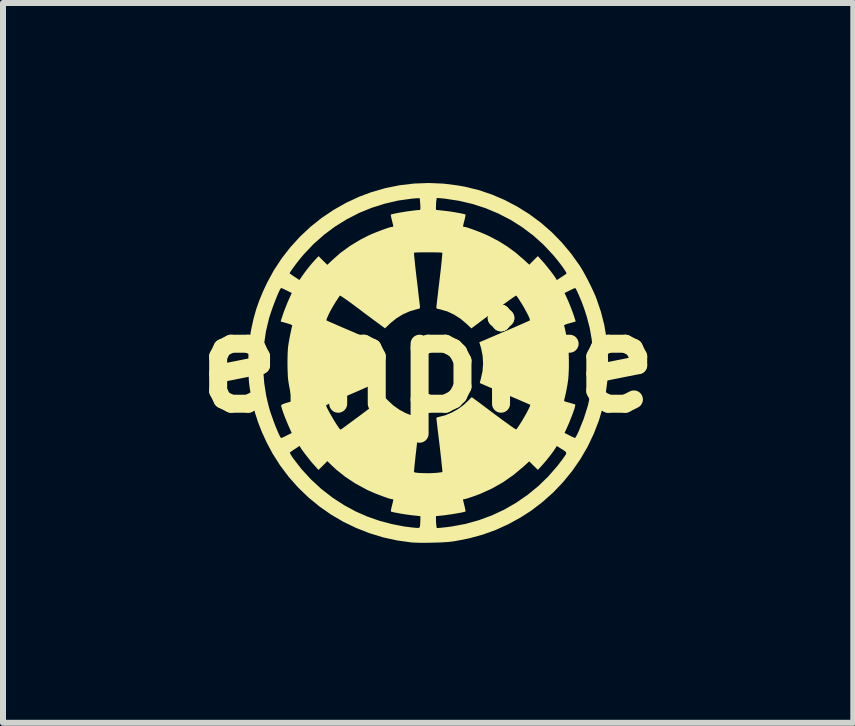
<source format=kicad_pcb>
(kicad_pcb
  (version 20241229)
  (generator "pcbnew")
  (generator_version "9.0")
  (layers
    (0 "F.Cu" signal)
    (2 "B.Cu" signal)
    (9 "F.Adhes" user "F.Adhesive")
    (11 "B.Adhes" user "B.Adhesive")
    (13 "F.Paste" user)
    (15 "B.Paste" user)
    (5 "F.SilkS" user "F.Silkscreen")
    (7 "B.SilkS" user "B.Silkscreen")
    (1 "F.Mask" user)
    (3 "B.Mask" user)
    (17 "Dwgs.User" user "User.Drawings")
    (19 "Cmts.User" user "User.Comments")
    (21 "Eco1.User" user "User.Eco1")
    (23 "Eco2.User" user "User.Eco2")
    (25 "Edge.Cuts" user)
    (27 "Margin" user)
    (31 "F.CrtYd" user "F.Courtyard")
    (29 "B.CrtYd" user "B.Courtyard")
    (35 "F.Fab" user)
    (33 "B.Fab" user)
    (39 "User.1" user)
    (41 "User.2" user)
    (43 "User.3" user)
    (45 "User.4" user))
  (footprint "empire"
    (layer "F.Cu")
    (at 4.086 3)
    (property "Reference" "empire" (at 0 0 0) (layer "F.SilkS") (effects (font (size 1.5 1.5) (thickness 0.3))))
    (attr board_only exclude_from_pos_files exclude_from_bom)
    (fp_poly (pts (xy 0.253 -2.99) (xy 0.497 -2.959) (xy 0.61 -2.939) (xy 0.839 -2.883) (xy 1.062 -2.808) (xy 1.279 -2.715) (xy 1.488 -2.605) (xy 1.689 -2.479) (xy 1.88 -2.337) (xy 2.06 -2.18) (xy 2.227 -2.009) (xy 2.381 -1.825) (xy 2.521 -1.629) (xy 2.546 -1.59) (xy 2.583 -1.528) (xy 2.624 -1.453) (xy 2.668 -1.37) (xy 2.711 -1.283) (xy 2.751 -1.199) (xy 2.785 -1.122) (xy 2.805 -1.072) (xy 2.878 -0.857) (xy 2.935 -0.634) (xy 2.974 -0.404) (xy 2.995 -0.17) (xy 3 0.066) (xy 2.986 0.301) (xy 2.96 0.5) (xy 2.911 0.734) (xy 2.844 0.962) (xy 2.758 1.183) (xy 2.656 1.397) (xy 2.536 1.603) (xy 2.401 1.798) (xy 2.251 1.982) (xy 2.087 2.155) (xy 1.908 2.314) (xy 1.718 2.46) (xy 1.544 2.572) (xy 1.339 2.685) (xy 1.129 2.781) (xy 0.913 2.859) (xy 0.687 2.921) (xy 0.45 2.968) (xy 0.4 2.975) (xy 0.35 2.981) (xy 0.285 2.986) (xy 0.208 2.99) (xy 0.124 2.993) (xy 0.036 2.995) (xy -0.051 2.996) (xy -0.132 2.996) (xy -0.204 2.994) (xy -0.263 2.991) (xy -0.279 2.99) (xy -0.519 2.957) (xy -0.754 2.905) (xy -0.982 2.835) (xy -1.203 2.748) (xy -1.416 2.645) (xy -1.62 2.525) (xy -1.813 2.39) (xy -1.996 2.24) (xy -2.166 2.076) (xy -2.323 1.899) (xy -2.466 1.709) (xy -2.594 1.508) (xy -2.603 1.491) (xy -2.305 1.491) (xy -2.303 1.501) (xy -2.291 1.525) (xy -2.272 1.556) (xy -2.255 1.582) (xy -2.112 1.767) (xy -1.954 1.939) (xy -1.783 2.097) (xy -1.599 2.24) (xy -1.403 2.368) (xy -1.205 2.475) (xy -1.017 2.558) (xy -0.816 2.628) (xy -0.61 2.683) (xy -0.402 2.724) (xy -0.283 2.739) (xy -0.227 2.745) (xy -0.189 2.748) (xy -0.164 2.748) (xy -0.15 2.745) (xy -0.142 2.737) (xy -0.138 2.724) (xy -0.136 2.712) (xy -0.133 2.681) (xy -0.131 2.641) (xy -0.13 2.613) (xy -0.13 2.552) (xy 0.13 2.552) (xy 0.13 2.613) (xy 0.131 2.654) (xy 0.134 2.693) (xy 0.137 2.713) (xy 0.143 2.751) (xy 0.219 2.745) (xy 0.265 2.74) (xy 0.32 2.734) (xy 0.376 2.726) (xy 0.395 2.724) (xy 0.624 2.681) (xy 0.847 2.619) (xy 1.063 2.539) (xy 1.271 2.442) (xy 1.469 2.327) (xy 1.658 2.197) (xy 1.836 2.051) (xy 2.002 1.89) (xy 2.155 1.714) (xy 2.244 1.597) (xy 2.274 1.554) (xy 2.294 1.524) (xy 2.301 1.503) (xy 2.296 1.485) (xy 2.277 1.468) (xy 2.245 1.446) (xy 2.215 1.428) (xy 2.144 1.383) (xy 2.116 1.427) (xy 2.087 1.47) (xy 2.049 1.522) (xy 2.004 1.579) (xy 1.958 1.636) (xy 1.913 1.688) (xy 1.891 1.713) (xy 1.828 1.781) (xy 1.756 1.71) (xy 1.684 1.639) (xy 1.59 1.725) (xy 1.423 1.865) (xy 1.246 1.988) (xy 1.059 2.094) (xy 0.862 2.183) (xy 0.75 2.224) (xy 0.7 2.241) (xy 0.656 2.255) (xy 0.621 2.265) (xy 0.6 2.27) (xy 0.597 2.27) (xy 0.588 2.27) (xy 0.583 2.273) (xy 0.582 2.282) (xy 0.585 2.301) (xy 0.593 2.332) (xy 0.604 2.378) (xy 0.614 2.418) (xy 0.62 2.45) (xy 0.623 2.47) (xy 0.622 2.474) (xy 0.604 2.481) (xy 0.569 2.489) (xy 0.522 2.498) (xy 0.465 2.508) (xy 0.402 2.519) (xy 0.337 2.528) (xy 0.274 2.537) (xy 0.214 2.544) (xy 0.198 2.545) (xy 0.13 2.552) (xy -0.13 2.552) (xy -0.198 2.545) (xy -0.255 2.539) (xy -0.318 2.531) (xy -0.383 2.522) (xy -0.446 2.512) (xy -0.505 2.501) (xy -0.556 2.492) (xy -0.595 2.483) (xy -0.618 2.476) (xy -0.622 2.474) (xy -0.622 2.463) (xy -0.618 2.438) (xy -0.61 2.402) (xy -0.604 2.378) (xy -0.592 2.331) (xy -0.585 2.3) (xy -0.582 2.282) (xy -0.583 2.273) (xy -0.589 2.27) (xy -0.597 2.27) (xy -0.62 2.266) (xy -0.658 2.256) (xy -0.707 2.239) (xy -0.764 2.219) (xy -0.826 2.196) (xy -0.888 2.171) (xy -0.949 2.145) (xy -1.003 2.121) (xy -1.025 2.11) (xy -1.21 2.01) (xy -1.379 1.899) (xy -1.533 1.776) (xy -1.608 1.706) (xy -1.681 1.635) (xy -1.754 1.709) (xy -1.828 1.782) (xy -1.899 1.703) (xy -1.934 1.664) (xy -1.973 1.616) (xy -2.014 1.564) (xy -2.054 1.513) (xy -2.089 1.466) (xy -2.116 1.427) (xy -2.128 1.408) (xy -2.144 1.382) (xy -2.22 1.432) (xy -2.255 1.455) (xy -2.283 1.475) (xy -2.301 1.488) (xy -2.305 1.491) (xy -2.603 1.491) (xy -2.691 1.325) (xy -2.769 1.156) (xy -2.833 0.993) (xy -2.885 0.833) (xy -2.927 0.669) (xy -2.945 0.582) (xy -2.96 0.5) (xy -2.972 0.429) (xy -2.981 0.364) (xy -2.988 0.3) (xy -2.992 0.234) (xy -2.995 0.161) (xy -2.996 0.076) (xy -2.996 0) (xy -2.996 -0.097) (xy -2.75 -0.097) (xy -2.749 0.121) (xy -2.732 0.338) (xy -2.699 0.549) (xy -2.656 0.73) (xy -2.639 0.788) (xy -2.618 0.852) (xy -2.594 0.919) (xy -2.57 0.987) (xy -2.545 1.052) (xy -2.52 1.112) (xy -2.498 1.164) (xy -2.478 1.207) (xy -2.463 1.236) (xy -2.452 1.249) (xy -2.45 1.25) (xy -2.438 1.246) (xy -2.412 1.235) (xy -2.377 1.218) (xy -2.358 1.208) (xy -2.274 1.167) (xy -2.327 1.048) (xy -2.35 0.994) (xy -2.374 0.936) (xy -2.397 0.878) (xy -2.417 0.823) (xy -2.433 0.774) (xy -2.445 0.735) (xy -2.451 0.711) (xy -2.451 0.707) (xy -2.45 0.706) (xy -1.701 0.706) (xy -1.696 0.724) (xy -1.682 0.755) (xy -1.661 0.795) (xy -1.636 0.842) (xy -1.606 0.893) (xy -1.576 0.945) (xy -1.545 0.995) (xy -1.517 1.039) (xy -1.492 1.075) (xy -1.473 1.1) (xy -1.461 1.11) (xy -1.46 1.11) (xy -1.45 1.104) (xy -1.426 1.088) (xy -1.389 1.061) (xy -1.342 1.026) (xy -1.284 0.984) (xy -1.22 0.936) (xy -1.149 0.884) (xy -1.09 0.84) (xy -1.016 0.784) (xy -0.947 0.733) (xy -0.884 0.686) (xy -0.83 0.645) (xy -0.785 0.612) (xy -0.752 0.588) (xy -0.732 0.574) (xy -0.726 0.57) (xy -0.717 0.577) (xy -0.699 0.595) (xy -0.674 0.62) (xy -0.668 0.626) (xy -0.582 0.706) (xy -0.484 0.776) (xy -0.379 0.833) (xy -0.272 0.875) (xy -0.179 0.898) (xy -0.151 0.905) (xy -0.139 0.913) (xy -0.137 0.925) (xy -0.139 0.939) (xy -0.142 0.971) (xy -0.148 1.018) (xy -0.155 1.078) (xy -0.164 1.15) (xy -0.173 1.231) (xy -0.184 1.32) (xy -0.191 1.378) (xy -0.201 1.469) (xy -0.211 1.554) (xy -0.219 1.63) (xy -0.226 1.696) (xy -0.231 1.75) (xy -0.235 1.789) (xy -0.236 1.812) (xy -0.236 1.818) (xy -0.22 1.824) (xy -0.187 1.829) (xy -0.142 1.833) (xy -0.088 1.835) (xy -0.029 1.836) (xy 0.032 1.836) (xy 0.092 1.833) (xy 0.133 1.831) (xy 0.176 1.826) (xy 0.21 1.822) (xy 0.232 1.818) (xy 0.237 1.816) (xy 0.237 1.806) (xy 0.235 1.777) (xy 0.23 1.733) (xy 0.224 1.675) (xy 0.217 1.605) (xy 0.208 1.526) (xy 0.198 1.439) (xy 0.191 1.378) (xy 0.18 1.287) (xy 0.17 1.201) (xy 0.16 1.123) (xy 0.152 1.055) (xy 0.146 0.999) (xy 0.141 0.957) (xy 0.138 0.932) (xy 0.137 0.925) (xy 0.14 0.912) (xy 0.154 0.904) (xy 0.179 0.898) (xy 0.286 0.871) (xy 0.393 0.826) (xy 0.497 0.768) (xy 0.593 0.697) (xy 0.66 0.635) (xy 0.688 0.606) (xy 0.71 0.584) (xy 0.724 0.572) (xy 0.726 0.57) (xy 0.735 0.576) (xy 0.758 0.592) (xy 0.794 0.619) (xy 0.841 0.653) (xy 0.897 0.695) (xy 0.961 0.743) (xy 1.032 0.796) (xy 1.091 0.841) (xy 1.166 0.896) (xy 1.236 0.948) (xy 1.3 0.994) (xy 1.355 1.034) (xy 1.401 1.067) (xy 1.436 1.09) (xy 1.458 1.104) (xy 1.465 1.107) (xy 1.477 1.096) (xy 1.496 1.07) (xy 1.52 1.034) (xy 1.548 0.99) (xy 1.578 0.94) (xy 1.608 0.889) (xy 1.637 0.838) (xy 1.662 0.79) (xy 1.682 0.75) (xy 1.696 0.718) (xy 1.701 0.7) (xy 1.7 0.697) (xy 1.691 0.692) (xy 1.664 0.68) (xy 1.623 0.662) (xy 1.569 0.639) (xy 1.504 0.61) (xy 1.43 0.579) (xy 1.349 0.544) (xy 1.281 0.515) (xy 1.195 0.478) (xy 1.115 0.444) (xy 1.043 0.413) (xy 0.98 0.386) (xy 0.929 0.364) (xy 0.891 0.347) (xy 0.868 0.337) (xy 0.861 0.334) (xy 0.862 0.323) (xy 0.868 0.299) (xy 0.877 0.265) (xy 0.879 0.257) (xy 0.906 0.135) (xy 0.915 0.009) (xy 0.908 -0.118) (xy 0.884 -0.239) (xy 0.876 -0.267) (xy 0.865 -0.303) (xy 0.857 -0.33) (xy 0.853 -0.345) (xy 0.853 -0.346) (xy 0.863 -0.35) (xy 0.888 -0.361) (xy 0.929 -0.378) (xy 0.983 -0.401) (xy 1.047 -0.429) (xy 1.121 -0.46) (xy 1.202 -0.495) (xy 1.27 -0.524) (xy 1.356 -0.561) (xy 1.437 -0.595) (xy 1.5 -0.623) (xy 2.265 -0.623) (xy 2.266 -0.621) (xy 2.276 -0.583) (xy 2.288 -0.531) (xy 2.3 -0.47) (xy 2.313 -0.406) (xy 2.324 -0.345) (xy 2.327 -0.32) (xy 2.336 -0.254) (xy 2.341 -0.179) (xy 2.344 -0.09) (xy 2.345 0) (xy 2.344 0.103) (xy 2.34 0.189) (xy 2.335 0.263) (xy 2.327 0.32) (xy 2.318 0.379) (xy 2.306 0.443) (xy 2.293 0.506) (xy 2.28 0.563) (xy 2.269 0.608) (xy 2.265 0.621) (xy 2.268 0.635) (xy 2.288 0.644) (xy 2.312 0.651) (xy 2.347 0.66) (xy 2.384 0.671) (xy 2.453 0.691) (xy 2.446 0.728) (xy 2.439 0.757) (xy 2.424 0.8) (xy 2.406 0.852) (xy 2.383 0.911) (xy 2.359 0.971) (xy 2.335 1.029) (xy 2.312 1.08) (xy 2.312 1.081) (xy 2.273 1.165) (xy 2.354 1.207) (xy 2.392 1.226) (xy 2.423 1.24) (xy 2.443 1.248) (xy 2.447 1.249) (xy 2.455 1.241) (xy 2.469 1.218) (xy 2.487 1.183) (xy 2.507 1.14) (xy 2.51 1.135) (xy 2.595 0.922) (xy 2.662 0.709) (xy 2.709 0.494) (xy 2.739 0.274) (xy 2.751 0.047) (xy 2.751 0) (xy 2.745 -0.204) (xy 2.725 -0.397) (xy 2.692 -0.585) (xy 2.643 -0.773) (xy 2.601 -0.903) (xy 2.582 -0.956) (xy 2.561 -1.012) (xy 2.538 -1.068) (xy 2.515 -1.122) (xy 2.493 -1.171) (xy 2.475 -1.21) (xy 2.46 -1.237) (xy 2.451 -1.25) (xy 2.45 -1.25) (xy 2.438 -1.246) (xy 2.412 -1.235) (xy 2.377 -1.218) (xy 2.357 -1.208) (xy 2.273 -1.167) (xy 2.308 -1.091) (xy 2.343 -1.012) (xy 2.377 -0.928) (xy 2.408 -0.846) (xy 2.434 -0.772) (xy 2.436 -0.763) (xy 2.459 -0.692) (xy 2.36 -0.664) (xy 2.314 -0.651) (xy 2.284 -0.64) (xy 2.269 -0.631) (xy 2.265 -0.623) (xy 1.5 -0.623) (xy 1.509 -0.627) (xy 1.573 -0.655) (xy 1.625 -0.678) (xy 1.664 -0.695) (xy 1.688 -0.707) (xy 1.695 -0.71) (xy 1.695 -0.724) (xy 1.686 -0.751) (xy 1.669 -0.79) (xy 1.645 -0.837) (xy 1.616 -0.89) (xy 1.584 -0.947) (xy 1.549 -1.004) (xy 1.515 -1.058) (xy 1.481 -1.108) (xy 1.469 -1.124) (xy 1.46 -1.12) (xy 1.436 -1.106) (xy 1.4 -1.081) (xy 1.353 -1.048) (xy 1.296 -1.007) (xy 1.231 -0.959) (xy 1.16 -0.907) (xy 1.091 -0.855) (xy 0.72 -0.577) (xy 0.647 -0.647) (xy 0.544 -0.734) (xy 0.435 -0.805) (xy 0.321 -0.859) (xy 0.204 -0.893) (xy 0.179 -0.898) (xy 0.152 -0.904) (xy 0.139 -0.913) (xy 0.136 -0.927) (xy 0.136 -0.931) (xy 0.138 -0.945) (xy 0.142 -0.978) (xy 0.147 -1.026) (xy 0.154 -1.087) (xy 0.163 -1.16) (xy 0.172 -1.242) (xy 0.183 -1.331) (xy 0.19 -1.393) (xy 0.201 -1.484) (xy 0.211 -1.569) (xy 0.219 -1.647) (xy 0.226 -1.713) (xy 0.231 -1.768) (xy 0.235 -1.808) (xy 0.236 -1.832) (xy 0.236 -1.838) (xy 0.224 -1.84) (xy 0.195 -1.842) (xy 0.154 -1.843) (xy 0.103 -1.844) (xy 0.046 -1.845) (xy -0.014 -1.845) (xy -0.073 -1.845) (xy -0.128 -1.844) (xy -0.175 -1.843) (xy -0.211 -1.841) (xy -0.232 -1.839) (xy -0.236 -1.838) (xy -0.236 -1.827) (xy -0.234 -1.798) (xy -0.23 -1.753) (xy -0.224 -1.695) (xy -0.217 -1.625) (xy -0.208 -1.545) (xy -0.198 -1.458) (xy -0.19 -1.393) (xy -0.179 -1.301) (xy -0.169 -1.214) (xy -0.16 -1.135) (xy -0.152 -1.066) (xy -0.145 -1.009) (xy -0.14 -0.966) (xy -0.137 -0.939) (xy -0.136 -0.931) (xy -0.138 -0.917) (xy -0.146 -0.908) (xy -0.167 -0.901) (xy -0.195 -0.895) (xy -0.31 -0.861) (xy -0.424 -0.81) (xy -0.532 -0.743) (xy -0.632 -0.662) (xy -0.647 -0.647) (xy -0.719 -0.578) (xy -0.852 -0.676) (xy -0.897 -0.709) (xy -0.953 -0.751) (xy -1.018 -0.799) (xy -1.088 -0.851) (xy -1.159 -0.905) (xy -1.224 -0.953) (xy -1.284 -0.998) (xy -1.339 -1.038) (xy -1.388 -1.072) (xy -1.426 -1.098) (xy -1.454 -1.116) (xy -1.469 -1.124) (xy -1.471 -1.123) (xy -1.479 -1.112) (xy -1.496 -1.088) (xy -1.518 -1.054) (xy -1.541 -1.02) (xy -1.57 -0.972) (xy -1.6 -0.921) (xy -1.629 -0.869) (xy -1.654 -0.82) (xy -1.674 -0.776) (xy -1.689 -0.741) (xy -1.695 -0.718) (xy -1.695 -0.71) (xy -1.684 -0.705) (xy -1.656 -0.692) (xy -1.615 -0.674) (xy -1.56 -0.65) (xy -1.494 -0.621) (xy -1.42 -0.589) (xy -1.338 -0.554) (xy -1.27 -0.525) (xy -1.185 -0.488) (xy -1.105 -0.454) (xy -1.033 -0.423) (xy -0.971 -0.397) (xy -0.92 -0.375) (xy -0.882 -0.358) (xy -0.859 -0.349) (xy -0.853 -0.346) (xy -0.855 -0.336) (xy -0.862 -0.312) (xy -0.872 -0.278) (xy -0.876 -0.267) (xy -0.903 -0.152) (xy -0.915 -0.032) (xy -0.912 0.088) (xy -0.894 0.203) (xy -0.88 0.252) (xy -0.87 0.285) (xy -0.863 0.312) (xy -0.86 0.325) (xy -0.869 0.331) (xy -0.895 0.344) (xy -0.935 0.363) (xy -0.988 0.387) (xy -1.053 0.416) (xy -1.126 0.448) (xy -1.208 0.484) (xy -1.281 0.515) (xy -1.367 0.552) (xy -1.447 0.587) (xy -1.519 0.619) (xy -1.582 0.647) (xy -1.633 0.671) (xy -1.671 0.689) (xy -1.694 0.701) (xy -1.701 0.706) (xy -2.45 0.706) (xy -2.441 0.695) (xy -2.412 0.681) (xy -2.365 0.665) (xy -2.301 0.647) (xy -2.288 0.644) (xy -2.268 0.635) (xy -2.265 0.625) (xy -2.271 0.603) (xy -2.28 0.566) (xy -2.29 0.518) (xy -2.301 0.464) (xy -2.312 0.409) (xy -2.322 0.355) (xy -2.329 0.31) (xy -2.332 0.29) (xy -2.338 0.235) (xy -2.341 0.165) (xy -2.344 0.085) (xy -2.345 0.000128) (xy -2.344 -0.085) (xy -2.342 -0.165) (xy -2.338 -0.235) (xy -2.332 -0.29) (xy -2.332 -0.29) (xy -2.326 -0.33) (xy -2.317 -0.38) (xy -2.307 -0.434) (xy -2.296 -0.49) (xy -2.285 -0.541) (xy -2.276 -0.584) (xy -2.268 -0.615) (xy -2.265 -0.624) (xy -2.272 -0.633) (xy -2.298 -0.645) (xy -2.343 -0.659) (xy -2.359 -0.664) (xy -2.459 -0.692) (xy -2.436 -0.763) (xy -2.412 -0.835) (xy -2.381 -0.917) (xy -2.347 -1.002) (xy -2.312 -1.082) (xy -2.308 -1.091) (xy -2.273 -1.167) (xy -2.357 -1.208) (xy -2.395 -1.227) (xy -2.426 -1.241) (xy -2.445 -1.249) (xy -2.45 -1.25) (xy -2.459 -1.241) (xy -2.474 -1.216) (xy -2.492 -1.177) (xy -2.514 -1.127) (xy -2.538 -1.068) (xy -2.563 -1.004) (xy -2.588 -0.937) (xy -2.612 -0.87) (xy -2.633 -0.805) (xy -2.652 -0.745) (xy -2.656 -0.73) (xy -2.704 -0.526) (xy -2.735 -0.314) (xy -2.75 -0.097) (xy -2.996 -0.097) (xy -2.996 -0.098) (xy -2.994 -0.18) (xy -2.991 -0.251) (xy -2.986 -0.316) (xy -2.979 -0.379) (xy -2.97 -0.445) (xy -2.957 -0.518) (xy -2.945 -0.582) (xy -2.91 -0.741) (xy -2.867 -0.894) (xy -2.814 -1.045) (xy -2.749 -1.201) (xy -2.686 -1.335) (xy -2.6 -1.494) (xy -2.308 -1.494) (xy -2.307 -1.493) (xy -2.297 -1.485) (xy -2.274 -1.469) (xy -2.242 -1.447) (xy -2.224 -1.435) (xy -2.146 -1.383) (xy -2.097 -1.454) (xy -2.065 -1.499) (xy -2.028 -1.548) (xy -1.995 -1.591) (xy -1.994 -1.592) (xy -1.96 -1.634) (xy -1.92 -1.68) (xy -1.884 -1.72) (xy -1.827 -1.781) (xy -1.754 -1.708) (xy -1.681 -1.636) (xy -1.608 -1.706) (xy -1.464 -1.834) (xy -1.303 -1.951) (xy -1.126 -2.058) (xy -1.025 -2.11) (xy -0.975 -2.134) (xy -0.917 -2.159) (xy -0.855 -2.184) (xy -0.793 -2.208) (xy -0.733 -2.23) (xy -0.68 -2.249) (xy -0.636 -2.262) (xy -0.606 -2.269) (xy -0.597 -2.27) (xy -0.588 -2.27) (xy -0.583 -2.273) (xy -0.582 -2.282) (xy -0.585 -2.301) (xy -0.593 -2.332) (xy -0.604 -2.378) (xy -0.614 -2.418) (xy -0.62 -2.45) (xy -0.623 -2.47) (xy -0.622 -2.474) (xy -0.604 -2.48) (xy -0.57 -2.488) (xy -0.523 -2.498) (xy -0.467 -2.508) (xy -0.406 -2.518) (xy -0.344 -2.528) (xy -0.283 -2.536) (xy -0.228 -2.543) (xy -0.182 -2.548) (xy -0.149 -2.55) (xy -0.146 -2.55) (xy -0.138 -2.551) (xy -0.137 -2.552) (xy 0.13 -2.552) (xy 0.198 -2.545) (xy 0.262 -2.538) (xy 0.33 -2.53) (xy 0.398 -2.52) (xy 0.463 -2.509) (xy 0.521 -2.499) (xy 0.569 -2.489) (xy 0.604 -2.481) (xy 0.622 -2.474) (xy 0.622 -2.463) (xy 0.618 -2.438) (xy 0.61 -2.402) (xy 0.604 -2.378) (xy 0.592 -2.331) (xy 0.585 -2.3) (xy 0.582 -2.282) (xy 0.583 -2.273) (xy 0.589 -2.27) (xy 0.597 -2.27) (xy 0.62 -2.266) (xy 0.658 -2.256) (xy 0.707 -2.239) (xy 0.764 -2.219) (xy 0.825 -2.196) (xy 0.888 -2.171) (xy 0.948 -2.146) (xy 1.002 -2.121) (xy 1.025 -2.11) (xy 1.181 -2.028) (xy 1.324 -1.938) (xy 1.461 -1.837) (xy 1.59 -1.726) (xy 1.685 -1.639) (xy 1.756 -1.711) (xy 1.828 -1.782) (xy 1.899 -1.703) (xy 1.934 -1.664) (xy 1.973 -1.616) (xy 2.014 -1.565) (xy 2.054 -1.514) (xy 2.089 -1.467) (xy 2.116 -1.428) (xy 2.128 -1.409) (xy 2.144 -1.382) (xy 2.22 -1.432) (xy 2.255 -1.455) (xy 2.283 -1.474) (xy 2.301 -1.487) (xy 2.305 -1.49) (xy 2.303 -1.502) (xy 2.29 -1.526) (xy 2.267 -1.562) (xy 2.237 -1.605) (xy 2.2 -1.655) (xy 2.158 -1.709) (xy 2.113 -1.764) (xy 2.078 -1.805) (xy 1.921 -1.973) (xy 1.75 -2.126) (xy 1.567 -2.264) (xy 1.374 -2.386) (xy 1.17 -2.491) (xy 0.958 -2.58) (xy 0.738 -2.651) (xy 0.511 -2.704) (xy 0.279 -2.739) (xy 0.219 -2.745) (xy 0.143 -2.751) (xy 0.137 -2.713) (xy 0.133 -2.682) (xy 0.131 -2.641) (xy 0.13 -2.613) (xy 0.13 -2.552) (xy -0.137 -2.552) (xy -0.132 -2.558) (xy -0.13 -2.574) (xy -0.13 -2.602) (xy -0.132 -2.645) (xy -0.135 -2.687) (xy -0.138 -2.721) (xy -0.141 -2.742) (xy -0.143 -2.746) (xy -0.154 -2.747) (xy -0.182 -2.746) (xy -0.221 -2.744) (xy -0.267 -2.74) (xy -0.497 -2.708) (xy -0.722 -2.656) (xy -0.941 -2.587) (xy -1.153 -2.5) (xy -1.357 -2.395) (xy -1.551 -2.275) (xy -1.735 -2.138) (xy -1.907 -1.986) (xy -2.065 -1.82) (xy -2.078 -1.805) (xy -2.119 -1.757) (xy -2.159 -1.707) (xy -2.199 -1.656) (xy -2.234 -1.609) (xy -2.265 -1.566) (xy -2.289 -1.531) (xy -2.304 -1.506) (xy -2.308 -1.494) (xy -2.6 -1.494) (xy -2.572 -1.545) (xy -2.441 -1.744) (xy -2.295 -1.932) (xy -2.135 -2.107) (xy -1.961 -2.27) (xy -1.774 -2.419) (xy -1.576 -2.552) (xy -1.368 -2.67) (xy -1.151 -2.771) (xy -0.945 -2.848) (xy -0.712 -2.915) (xy -0.475 -2.963) (xy -0.234 -2.991) (xy 0.009 -3)) (stroke (width 0) (type solid)) (fill yes) (layer "F.SilkS")))
  (gr_rect
    (start -3 -3)
    (end 11.171 8.996)
    (stroke (width 0.1) (type default))
    (fill no)
    (layer "Edge.Cuts")))
</source>
